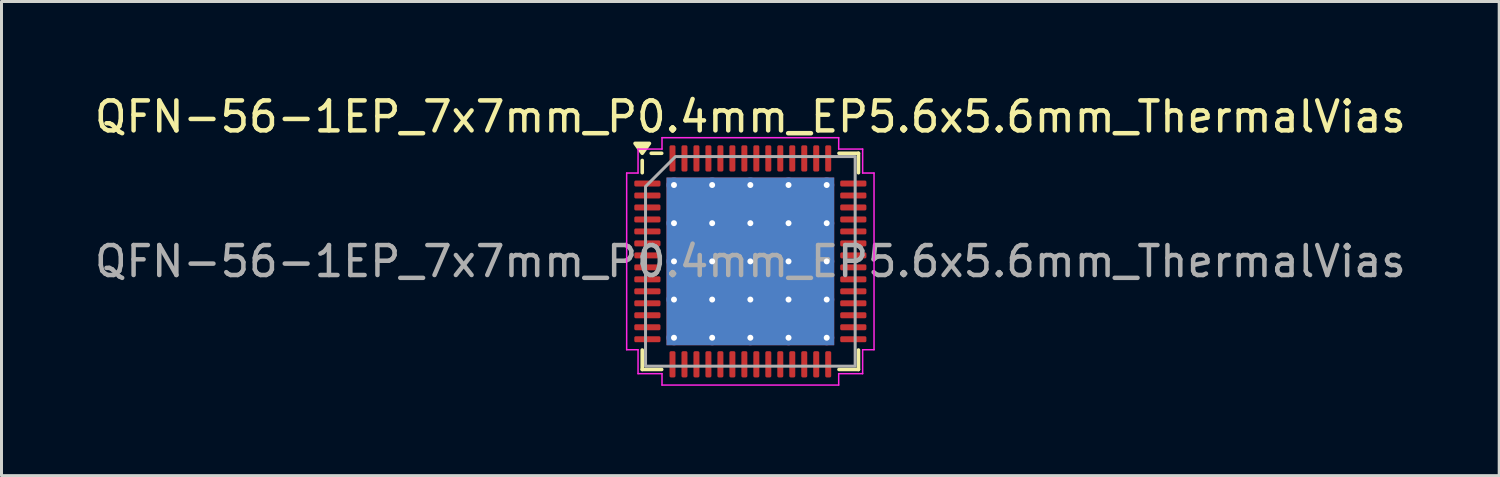
<source format=kicad_pcb>
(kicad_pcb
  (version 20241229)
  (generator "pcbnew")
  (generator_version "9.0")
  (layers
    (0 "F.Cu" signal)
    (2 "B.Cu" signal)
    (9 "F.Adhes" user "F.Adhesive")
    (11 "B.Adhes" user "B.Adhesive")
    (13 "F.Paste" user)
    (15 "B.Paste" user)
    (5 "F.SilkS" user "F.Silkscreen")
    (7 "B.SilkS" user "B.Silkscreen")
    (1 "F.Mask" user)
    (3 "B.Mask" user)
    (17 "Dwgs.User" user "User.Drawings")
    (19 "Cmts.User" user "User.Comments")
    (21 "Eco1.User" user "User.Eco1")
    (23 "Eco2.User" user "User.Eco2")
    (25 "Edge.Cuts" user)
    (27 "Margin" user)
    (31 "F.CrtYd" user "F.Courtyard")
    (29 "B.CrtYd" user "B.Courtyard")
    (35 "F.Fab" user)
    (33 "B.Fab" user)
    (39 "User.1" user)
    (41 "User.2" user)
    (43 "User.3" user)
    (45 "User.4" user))
  (footprint "QFN-56-1EP_7x7mm_P0.4mm_EP5.6x5.6mm_ThermalVias"
    (layer "F.Cu")
    (at 22.006 5.678)
    (property "Reference" "QFN-56-1EP_7x7mm_P0.4mm_EP5.6x5.6mm_ThermalVias" (at 0 -4.83 0) (layer "F.SilkS") (effects (font (size 1 1) (thickness 0.15))))
    (attr smd)
    (fp_line (start -3.61 -2.96) (end -3.61 -3.37) (stroke (width 0.12) (type solid)) (layer "F.SilkS"))
    (fp_line (start -3.61 3.61) (end -3.61 2.96) (stroke (width 0.12) (type solid)) (layer "F.SilkS"))
    (fp_line (start -2.96 -3.61) (end -3.31 -3.61) (stroke (width 0.12) (type solid)) (layer "F.SilkS"))
    (fp_line (start -2.96 3.61) (end -3.61 3.61) (stroke (width 0.12) (type solid)) (layer "F.SilkS"))
    (fp_line (start 2.96 -3.61) (end 3.61 -3.61) (stroke (width 0.12) (type solid)) (layer "F.SilkS"))
    (fp_line (start 2.96 3.61) (end 3.61 3.61) (stroke (width 0.12) (type solid)) (layer "F.SilkS"))
    (fp_line (start 3.61 -3.61) (end 3.61 -2.96) (stroke (width 0.12) (type solid)) (layer "F.SilkS"))
    (fp_line (start 3.61 3.61) (end 3.61 2.96) (stroke (width 0.12) (type solid)) (layer "F.SilkS"))
    (fp_poly (pts (xy -3.61 -3.61) (xy -3.85 -3.94) (xy -3.37 -3.94)) (stroke (width 0.12) (type solid)) (fill yes) (layer "F.SilkS"))
    (fp_line (start -4.13 -2.95) (end -3.75 -2.95) (stroke (width 0.05) (type solid)) (layer "F.CrtYd"))
    (fp_line (start -4.13 2.95) (end -4.13 -2.95) (stroke (width 0.05) (type solid)) (layer "F.CrtYd"))
    (fp_line (start -3.75 -3.75) (end -2.95 -3.75) (stroke (width 0.05) (type solid)) (layer "F.CrtYd"))
    (fp_line (start -3.75 -2.95) (end -3.75 -3.75) (stroke (width 0.05) (type solid)) (layer "F.CrtYd"))
    (fp_line (start -3.75 2.95) (end -4.13 2.95) (stroke (width 0.05) (type solid)) (layer "F.CrtYd"))
    (fp_line (start -3.75 3.75) (end -3.75 2.95) (stroke (width 0.05) (type solid)) (layer "F.CrtYd"))
    (fp_line (start -2.95 -4.13) (end 2.95 -4.13) (stroke (width 0.05) (type solid)) (layer "F.CrtYd"))
    (fp_line (start -2.95 -3.75) (end -2.95 -4.13) (stroke (width 0.05) (type solid)) (layer "F.CrtYd"))
    (fp_line (start -2.95 3.75) (end -3.75 3.75) (stroke (width 0.05) (type solid)) (layer "F.CrtYd"))
    (fp_line (start -2.95 4.13) (end -2.95 3.75) (stroke (width 0.05) (type solid)) (layer "F.CrtYd"))
    (fp_line (start 2.95 -4.13) (end 2.95 -3.75) (stroke (width 0.05) (type solid)) (layer "F.CrtYd"))
    (fp_line (start 2.95 -3.75) (end 3.75 -3.75) (stroke (width 0.05) (type solid)) (layer "F.CrtYd"))
    (fp_line (start 2.95 3.75) (end 2.95 4.13) (stroke (width 0.05) (type solid)) (layer "F.CrtYd"))
    (fp_line (start 2.95 4.13) (end -2.95 4.13) (stroke (width 0.05) (type solid)) (layer "F.CrtYd"))
    (fp_line (start 3.75 -3.75) (end 3.75 -2.95) (stroke (width 0.05) (type solid)) (layer "F.CrtYd"))
    (fp_line (start 3.75 -2.95) (end 4.13 -2.95) (stroke (width 0.05) (type solid)) (layer "F.CrtYd"))
    (fp_line (start 3.75 2.95) (end 3.75 3.75) (stroke (width 0.05) (type solid)) (layer "F.CrtYd"))
    (fp_line (start 3.75 3.75) (end 2.95 3.75) (stroke (width 0.05) (type solid)) (layer "F.CrtYd"))
    (fp_line (start 4.13 -2.95) (end 4.13 2.95) (stroke (width 0.05) (type solid)) (layer "F.CrtYd"))
    (fp_line (start 4.13 2.95) (end 3.75 2.95) (stroke (width 0.05) (type solid)) (layer "F.CrtYd"))
    (fp_poly (pts (xy -3.5 -2.5) (xy -3.5 3.5) (xy 3.5 3.5) (xy 3.5 -3.5) (xy -2.5 -3.5)) (stroke (width 0.1) (type solid)) (fill no) (layer "F.Fab"))
    (fp_text user "${REFERENCE}" (at 0 0 0) (layer "F.Fab") (effects (font (size 1 1) (thickness 0.15))))
    (pad "" smd roundrect (at -2.1 -2.1) (size 1.08 1.08) (layers "F.Paste") (roundrect_rratio 0.231))
    (pad "" smd roundrect (at -2.1 -0.7) (size 1.08 1.08) (layers "F.Paste") (roundrect_rratio 0.231))
    (pad "" smd roundrect (at -2.1 0.7) (size 1.08 1.08) (layers "F.Paste") (roundrect_rratio 0.231))
    (pad "" smd roundrect (at -2.1 2.1) (size 1.08 1.08) (layers "F.Paste") (roundrect_rratio 0.231))
    (pad "" smd roundrect (at -0.7 -2.1) (size 1.08 1.08) (layers "F.Paste") (roundrect_rratio 0.231))
    (pad "" smd roundrect (at -0.7 -0.7) (size 1.08 1.08) (layers "F.Paste") (roundrect_rratio 0.231))
    (pad "" smd roundrect (at -0.7 0.7) (size 1.08 1.08) (layers "F.Paste") (roundrect_rratio 0.231))
    (pad "" smd roundrect (at -0.7 2.1) (size 1.08 1.08) (layers "F.Paste") (roundrect_rratio 0.231))
    (pad "" smd roundrect (at 0.7 -2.1) (size 1.08 1.08) (layers "F.Paste") (roundrect_rratio 0.231))
    (pad "" smd roundrect (at 0.7 -0.7) (size 1.08 1.08) (layers "F.Paste") (roundrect_rratio 0.231))
    (pad "" smd roundrect (at 0.7 0.7) (size 1.08 1.08) (layers "F.Paste") (roundrect_rratio 0.231))
    (pad "" smd roundrect (at 0.7 2.1) (size 1.08 1.08) (layers "F.Paste") (roundrect_rratio 0.231))
    (pad "" smd roundrect (at 2.1 -2.1) (size 1.08 1.08) (layers "F.Paste") (roundrect_rratio 0.231))
    (pad "" smd roundrect (at 2.1 -0.7) (size 1.08 1.08) (layers "F.Paste") (roundrect_rratio 0.231))
    (pad "" smd roundrect (at 2.1 0.7) (size 1.08 1.08) (layers "F.Paste") (roundrect_rratio 0.231))
    (pad "" smd roundrect (at 2.1 2.1) (size 1.08 1.08) (layers "F.Paste") (roundrect_rratio 0.231))
    (pad "1" smd roundrect (at -3.438 -2.6) (size 0.875 0.2) (layers "F.Cu" "F.Mask" "F.Paste") (roundrect_rratio 0.25))
    (pad "2" smd roundrect (at -3.438 -2.2) (size 0.875 0.2) (layers "F.Cu" "F.Mask" "F.Paste") (roundrect_rratio 0.25))
    (pad "3" smd roundrect (at -3.438 -1.8) (size 0.875 0.2) (layers "F.Cu" "F.Mask" "F.Paste") (roundrect_rratio 0.25))
    (pad "4" smd roundrect (at -3.438 -1.4) (size 0.875 0.2) (layers "F.Cu" "F.Mask" "F.Paste") (roundrect_rratio 0.25))
    (pad "5" smd roundrect (at -3.438 -1) (size 0.875 0.2) (layers "F.Cu" "F.Mask" "F.Paste") (roundrect_rratio 0.25))
    (pad "6" smd roundrect (at -3.438 -0.6) (size 0.875 0.2) (layers "F.Cu" "F.Mask" "F.Paste") (roundrect_rratio 0.25))
    (pad "7" smd roundrect (at -3.438 -0.2) (size 0.875 0.2) (layers "F.Cu" "F.Mask" "F.Paste") (roundrect_rratio 0.25))
    (pad "8" smd roundrect (at -3.438 0.2) (size 0.875 0.2) (layers "F.Cu" "F.Mask" "F.Paste") (roundrect_rratio 0.25))
    (pad "9" smd roundrect (at -3.438 0.6) (size 0.875 0.2) (layers "F.Cu" "F.Mask" "F.Paste") (roundrect_rratio 0.25))
    (pad "10" smd roundrect (at -3.438 1) (size 0.875 0.2) (layers "F.Cu" "F.Mask" "F.Paste") (roundrect_rratio 0.25))
    (pad "11" smd roundrect (at -3.438 1.4) (size 0.875 0.2) (layers "F.Cu" "F.Mask" "F.Paste") (roundrect_rratio 0.25))
    (pad "12" smd roundrect (at -3.438 1.8) (size 0.875 0.2) (layers "F.Cu" "F.Mask" "F.Paste") (roundrect_rratio 0.25))
    (pad "13" smd roundrect (at -3.438 2.2) (size 0.875 0.2) (layers "F.Cu" "F.Mask" "F.Paste") (roundrect_rratio 0.25))
    (pad "14" smd roundrect (at -3.438 2.6) (size 0.875 0.2) (layers "F.Cu" "F.Mask" "F.Paste") (roundrect_rratio 0.25))
    (pad "15" smd roundrect (at -2.6 3.438) (size 0.2 0.875) (layers "F.Cu" "F.Mask" "F.Paste") (roundrect_rratio 0.25))
    (pad "16" smd roundrect (at -2.2 3.438) (size 0.2 0.875) (layers "F.Cu" "F.Mask" "F.Paste") (roundrect_rratio 0.25))
    (pad "17" smd roundrect (at -1.8 3.438) (size 0.2 0.875) (layers "F.Cu" "F.Mask" "F.Paste") (roundrect_rratio 0.25))
    (pad "18" smd roundrect (at -1.4 3.438) (size 0.2 0.875) (layers "F.Cu" "F.Mask" "F.Paste") (roundrect_rratio 0.25))
    (pad "19" smd roundrect (at -1 3.438) (size 0.2 0.875) (layers "F.Cu" "F.Mask" "F.Paste") (roundrect_rratio 0.25))
    (pad "20" smd roundrect (at -0.6 3.438) (size 0.2 0.875) (layers "F.Cu" "F.Mask" "F.Paste") (roundrect_rratio 0.25))
    (pad "21" smd roundrect (at -0.2 3.438) (size 0.2 0.875) (layers "F.Cu" "F.Mask" "F.Paste") (roundrect_rratio 0.25))
    (pad "22" smd roundrect (at 0.2 3.438) (size 0.2 0.875) (layers "F.Cu" "F.Mask" "F.Paste") (roundrect_rratio 0.25))
    (pad "23" smd roundrect (at 0.6 3.438) (size 0.2 0.875) (layers "F.Cu" "F.Mask" "F.Paste") (roundrect_rratio 0.25))
    (pad "24" smd roundrect (at 1 3.438) (size 0.2 0.875) (layers "F.Cu" "F.Mask" "F.Paste") (roundrect_rratio 0.25))
    (pad "25" smd roundrect (at 1.4 3.438) (size 0.2 0.875) (layers "F.Cu" "F.Mask" "F.Paste") (roundrect_rratio 0.25))
    (pad "26" smd roundrect (at 1.8 3.438) (size 0.2 0.875) (layers "F.Cu" "F.Mask" "F.Paste") (roundrect_rratio 0.25))
    (pad "27" smd roundrect (at 2.2 3.438) (size 0.2 0.875) (layers "F.Cu" "F.Mask" "F.Paste") (roundrect_rratio 0.25))
    (pad "28" smd roundrect (at 2.6 3.438) (size 0.2 0.875) (layers "F.Cu" "F.Mask" "F.Paste") (roundrect_rratio 0.25))
    (pad "29" smd roundrect (at 3.438 2.6) (size 0.875 0.2) (layers "F.Cu" "F.Mask" "F.Paste") (roundrect_rratio 0.25))
    (pad "30" smd roundrect (at 3.438 2.2) (size 0.875 0.2) (layers "F.Cu" "F.Mask" "F.Paste") (roundrect_rratio 0.25))
    (pad "31" smd roundrect (at 3.438 1.8) (size 0.875 0.2) (layers "F.Cu" "F.Mask" "F.Paste") (roundrect_rratio 0.25))
    (pad "32" smd roundrect (at 3.438 1.4) (size 0.875 0.2) (layers "F.Cu" "F.Mask" "F.Paste") (roundrect_rratio 0.25))
    (pad "33" smd roundrect (at 3.438 1) (size 0.875 0.2) (layers "F.Cu" "F.Mask" "F.Paste") (roundrect_rratio 0.25))
    (pad "34" smd roundrect (at 3.438 0.6) (size 0.875 0.2) (layers "F.Cu" "F.Mask" "F.Paste") (roundrect_rratio 0.25))
    (pad "35" smd roundrect (at 3.438 0.2) (size 0.875 0.2) (layers "F.Cu" "F.Mask" "F.Paste") (roundrect_rratio 0.25))
    (pad "36" smd roundrect (at 3.438 -0.2) (size 0.875 0.2) (layers "F.Cu" "F.Mask" "F.Paste") (roundrect_rratio 0.25))
    (pad "37" smd roundrect (at 3.438 -0.6) (size 0.875 0.2) (layers "F.Cu" "F.Mask" "F.Paste") (roundrect_rratio 0.25))
    (pad "38" smd roundrect (at 3.438 -1) (size 0.875 0.2) (layers "F.Cu" "F.Mask" "F.Paste") (roundrect_rratio 0.25))
    (pad "39" smd roundrect (at 3.438 -1.4) (size 0.875 0.2) (layers "F.Cu" "F.Mask" "F.Paste") (roundrect_rratio 0.25))
    (pad "40" smd roundrect (at 3.438 -1.8) (size 0.875 0.2) (layers "F.Cu" "F.Mask" "F.Paste") (roundrect_rratio 0.25))
    (pad "41" smd roundrect (at 3.438 -2.2) (size 0.875 0.2) (layers "F.Cu" "F.Mask" "F.Paste") (roundrect_rratio 0.25))
    (pad "42" smd roundrect (at 3.438 -2.6) (size 0.875 0.2) (layers "F.Cu" "F.Mask" "F.Paste") (roundrect_rratio 0.25))
    (pad "43" smd roundrect (at 2.6 -3.438) (size 0.2 0.875) (layers "F.Cu" "F.Mask" "F.Paste") (roundrect_rratio 0.25))
    (pad "44" smd roundrect (at 2.2 -3.438) (size 0.2 0.875) (layers "F.Cu" "F.Mask" "F.Paste") (roundrect_rratio 0.25))
    (pad "45" smd roundrect (at 1.8 -3.438) (size 0.2 0.875) (layers "F.Cu" "F.Mask" "F.Paste") (roundrect_rratio 0.25))
    (pad "46" smd roundrect (at 1.4 -3.438) (size 0.2 0.875) (layers "F.Cu" "F.Mask" "F.Paste") (roundrect_rratio 0.25))
    (pad "47" smd roundrect (at 1 -3.438) (size 0.2 0.875) (layers "F.Cu" "F.Mask" "F.Paste") (roundrect_rratio 0.25))
    (pad "48" smd roundrect (at 0.6 -3.438) (size 0.2 0.875) (layers "F.Cu" "F.Mask" "F.Paste") (roundrect_rratio 0.25))
    (pad "49" smd roundrect (at 0.2 -3.438) (size 0.2 0.875) (layers "F.Cu" "F.Mask" "F.Paste") (roundrect_rratio 0.25))
    (pad "50" smd roundrect (at -0.2 -3.438) (size 0.2 0.875) (layers "F.Cu" "F.Mask" "F.Paste") (roundrect_rratio 0.25))
    (pad "51" smd roundrect (at -0.6 -3.438) (size 0.2 0.875) (layers "F.Cu" "F.Mask" "F.Paste") (roundrect_rratio 0.25))
    (pad "52" smd roundrect (at -1 -3.438) (size 0.2 0.875) (layers "F.Cu" "F.Mask" "F.Paste") (roundrect_rratio 0.25))
    (pad "53" smd roundrect (at -1.4 -3.438) (size 0.2 0.875) (layers "F.Cu" "F.Mask" "F.Paste") (roundrect_rratio 0.25))
    (pad "54" smd roundrect (at -1.8 -3.438) (size 0.2 0.875) (layers "F.Cu" "F.Mask" "F.Paste") (roundrect_rratio 0.25))
    (pad "55" smd roundrect (at -2.2 -3.438) (size 0.2 0.875) (layers "F.Cu" "F.Mask" "F.Paste") (roundrect_rratio 0.25))
    (pad "56" smd roundrect (at -2.6 -3.438) (size 0.2 0.875) (layers "F.Cu" "F.Mask" "F.Paste") (roundrect_rratio 0.25))
    (pad "57" thru_hole circle (at -2.55 -2.55) (size 0.5 0.5) (drill 0.2) (property pad_prop_heatsink) (layers "*.Cu"))
    (pad "57" thru_hole circle (at -2.55 -1.275) (size 0.5 0.5) (drill 0.2) (property pad_prop_heatsink) (layers "*.Cu"))
    (pad "57" thru_hole circle (at -2.55 0) (size 0.5 0.5) (drill 0.2) (property pad_prop_heatsink) (layers "*.Cu"))
    (pad "57" thru_hole circle (at -2.55 1.275) (size 0.5 0.5) (drill 0.2) (property pad_prop_heatsink) (layers "*.Cu"))
    (pad "57" thru_hole circle (at -2.55 2.55) (size 0.5 0.5) (drill 0.2) (property pad_prop_heatsink) (layers "*.Cu"))
    (pad "57" thru_hole circle (at -1.275 -2.55) (size 0.5 0.5) (drill 0.2) (property pad_prop_heatsink) (layers "*.Cu"))
    (pad "57" thru_hole circle (at -1.275 -1.275) (size 0.5 0.5) (drill 0.2) (property pad_prop_heatsink) (layers "*.Cu"))
    (pad "57" thru_hole circle (at -1.275 0) (size 0.5 0.5) (drill 0.2) (property pad_prop_heatsink) (layers "*.Cu"))
    (pad "57" thru_hole circle (at -1.275 1.275) (size 0.5 0.5) (drill 0.2) (property pad_prop_heatsink) (layers "*.Cu"))
    (pad "57" thru_hole circle (at -1.275 2.55) (size 0.5 0.5) (drill 0.2) (property pad_prop_heatsink) (layers "*.Cu"))
    (pad "57" thru_hole circle (at 0 -2.55) (size 0.5 0.5) (drill 0.2) (property pad_prop_heatsink) (layers "*.Cu"))
    (pad "57" thru_hole circle (at 0 -1.275) (size 0.5 0.5) (drill 0.2) (property pad_prop_heatsink) (layers "*.Cu"))
    (pad "57" thru_hole circle (at 0 0) (size 0.5 0.5) (drill 0.2) (property pad_prop_heatsink) (layers "*.Cu"))
    (pad "57" smd rect (at 0 0) (size 5.6 5.6) (property pad_prop_heatsink) (layers "F.Cu" "F.Mask"))
    (pad "57" smd rect (at 0 0) (size 5.6 5.6) (property pad_prop_heatsink) (layers "B.Cu"))
    (pad "57" thru_hole circle (at 0 1.275) (size 0.5 0.5) (drill 0.2) (property pad_prop_heatsink) (layers "*.Cu"))
    (pad "57" thru_hole circle (at 0 2.55) (size 0.5 0.5) (drill 0.2) (property pad_prop_heatsink) (layers "*.Cu"))
    (pad "57" thru_hole circle (at 1.275 -2.55) (size 0.5 0.5) (drill 0.2) (property pad_prop_heatsink) (layers "*.Cu"))
    (pad "57" thru_hole circle (at 1.275 -1.275) (size 0.5 0.5) (drill 0.2) (property pad_prop_heatsink) (layers "*.Cu"))
    (pad "57" thru_hole circle (at 1.275 0) (size 0.5 0.5) (drill 0.2) (property pad_prop_heatsink) (layers "*.Cu"))
    (pad "57" thru_hole circle (at 1.275 1.275) (size 0.5 0.5) (drill 0.2) (property pad_prop_heatsink) (layers "*.Cu"))
    (pad "57" thru_hole circle (at 1.275 2.55) (size 0.5 0.5) (drill 0.2) (property pad_prop_heatsink) (layers "*.Cu"))
    (pad "57" thru_hole circle (at 2.55 -2.55) (size 0.5 0.5) (drill 0.2) (property pad_prop_heatsink) (layers "*.Cu"))
    (pad "57" thru_hole circle (at 2.55 -1.275) (size 0.5 0.5) (drill 0.2) (property pad_prop_heatsink) (layers "*.Cu"))
    (pad "57" thru_hole circle (at 2.55 0) (size 0.5 0.5) (drill 0.2) (property pad_prop_heatsink) (layers "*.Cu"))
    (pad "57" thru_hole circle (at 2.55 1.275) (size 0.5 0.5) (drill 0.2) (property pad_prop_heatsink) (layers "*.Cu"))
    (pad "57" thru_hole circle (at 2.55 2.55) (size 0.5 0.5) (drill 0.2) (property pad_prop_heatsink) (layers "*.Cu")))
  (gr_rect
    (start -3 -3)
    (end 47.012 12.833)
    (stroke (width 0.1) (type default))
    (fill no)
    (layer "Edge.Cuts")))
</source>
